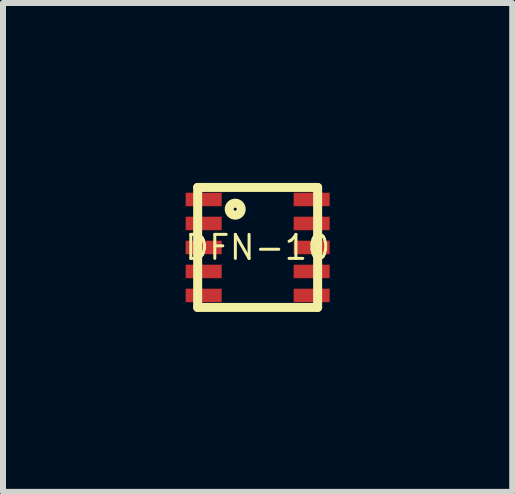
<source format=kicad_pcb>
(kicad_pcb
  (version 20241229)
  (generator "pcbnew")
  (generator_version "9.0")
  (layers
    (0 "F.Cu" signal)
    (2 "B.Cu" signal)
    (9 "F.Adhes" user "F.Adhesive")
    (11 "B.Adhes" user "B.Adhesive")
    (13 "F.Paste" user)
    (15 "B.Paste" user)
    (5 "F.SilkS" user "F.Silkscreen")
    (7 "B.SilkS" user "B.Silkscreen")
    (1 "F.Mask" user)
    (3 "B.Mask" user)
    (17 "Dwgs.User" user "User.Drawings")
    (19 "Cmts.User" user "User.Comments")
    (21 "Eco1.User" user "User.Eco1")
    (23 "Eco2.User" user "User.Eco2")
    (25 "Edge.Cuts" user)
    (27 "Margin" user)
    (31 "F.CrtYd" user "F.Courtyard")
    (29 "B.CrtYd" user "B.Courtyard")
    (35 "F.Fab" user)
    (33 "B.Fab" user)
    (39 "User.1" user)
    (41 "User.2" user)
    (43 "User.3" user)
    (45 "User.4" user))
  (footprint "DFN-10"
    (placed yes)
    (layer "F.Cu")
    (at 1.245 1.075)
    (property "Reference" "DFN-10" (at 0 0 0) (layer "F.SilkS") (effects (font (size 0.4 0.4) (thickness 0.05))))
    (attr smd)
    (fp_line (start -1 -1) (end 1 -1) (stroke (width 0.15) (type solid)) (layer "F.SilkS"))
    (fp_line (start -1 1) (end -1 -1) (stroke (width 0.15) (type solid)) (layer "F.SilkS"))
    (fp_line (start 1 -1) (end 1 1) (stroke (width 0.15) (type solid)) (layer "F.SilkS"))
    (fp_line (start 1 1) (end -1 1) (stroke (width 0.15) (type solid)) (layer "F.SilkS"))
    (fp_circle (center -0.374 -0.638) (end -0.374 -0.538) (stroke (width 0.15) (type solid)) (fill no) (layer "F.SilkS"))
    (pad "1" smd rect (at -0.9 -0.8) (size 0.6 0.225) (layers "F.Cu" "F.Paste"))
    (pad "2" smd rect (at -0.9 -0.4) (size 0.6 0.225) (layers "F.Cu" "F.Paste"))
    (pad "3" smd rect (at -0.9 0) (size 0.6 0.225) (layers "F.Cu" "F.Paste"))
    (pad "4" smd rect (at -0.9 0.4) (size 0.6 0.225) (layers "F.Cu" "F.Paste"))
    (pad "5" smd rect (at -0.9 0.8) (size 0.6 0.225) (layers "F.Cu" "F.Paste"))
    (pad "6" smd rect (at 0.9 0.8) (size 0.6 0.225) (layers "F.Cu" "F.Paste"))
    (pad "7" smd rect (at 0.9 0.4) (size 0.6 0.225) (layers "F.Cu" "F.Paste"))
    (pad "8" smd rect (at 0.9 0) (size 0.6 0.225) (layers "F.Cu" "F.Paste"))
    (pad "9" smd rect (at 0.9 -0.4) (size 0.6 0.225) (layers "F.Cu" "F.Paste"))
    (pad "10" smd rect (at 0.9 -0.8) (size 0.6 0.225) (layers "F.Cu" "F.Paste")))
  (gr_rect
    (start -3 -3)
    (end 5.489 5.15)
    (stroke (width 0.1) (type default))
    (fill no)
    (layer "Edge.Cuts")))
</source>
